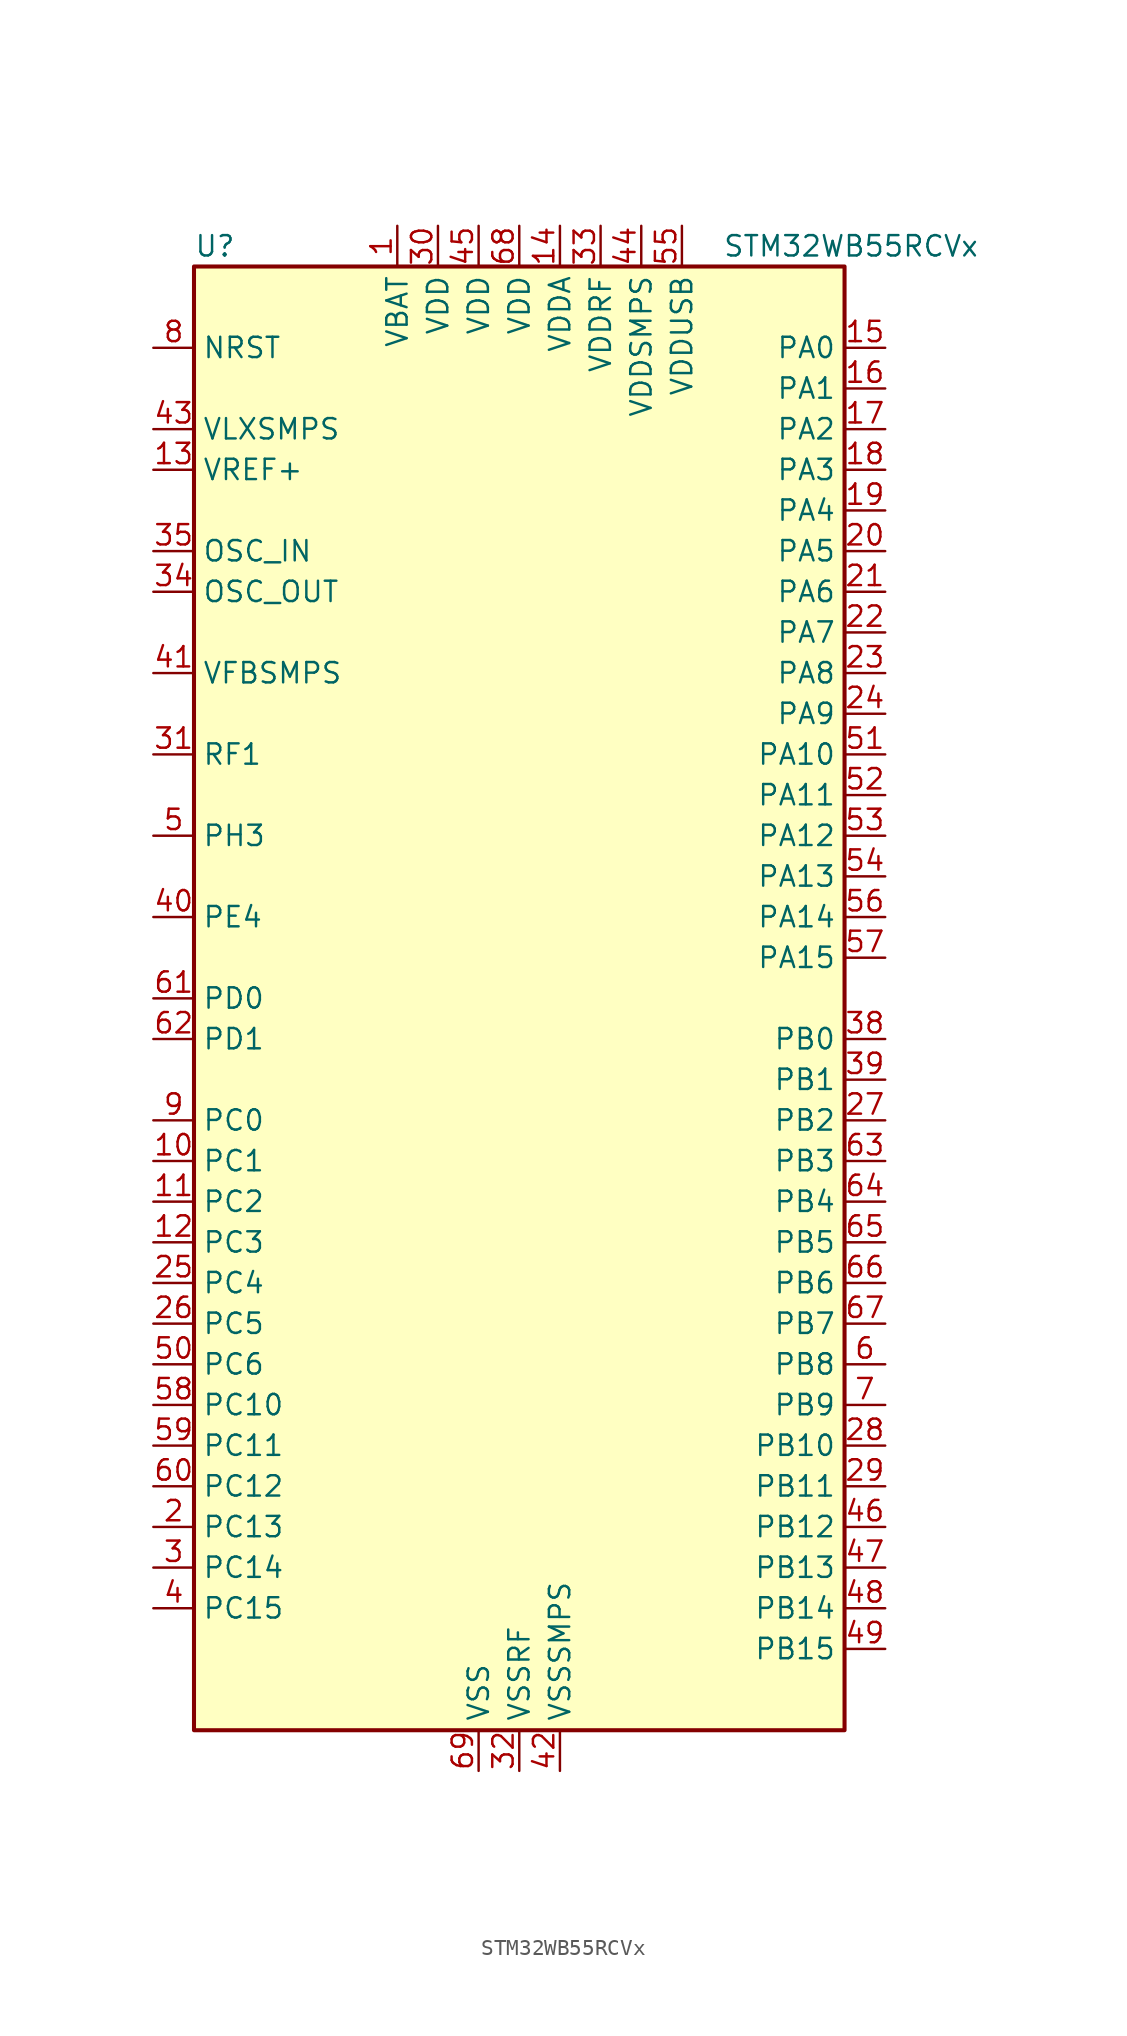
<source format=kicad_sym>
(kicad_symbol_lib
  (version 20241209)
  (generator "kicad_symbol_editor")
  (generator_version "9.0")
  (symbol "STM32WB55RCVx"
    (property "Reference" "U"
      (at -20.32 46.99 0)
      (effects (font (size 1.27 1.27)) (justify left)))
    (property "Value" "STM32WB55RCVx"
      (at 12.7 46.99 0)
      (effects (font (size 1.27 1.27)) (justify left)))
    (symbol "STM32WB55RCVx_0_1"
      (rectangle (start -20.32 -45.72) (end 20.32 45.72) (stroke (width 0.254) (type default)) (fill (type background))))
    (symbol "STM32WB55RCVx_1_1"
      (pin input line (at -22.86 40.64 0) (length 2.54) (name "NRST" (effects (font (size 1.27 1.27)))) (number "8" (effects (font (size 1.27 1.27)))))
      (pin power_in line (at -22.86 35.56 0) (length 2.54) (name "VLXSMPS" (effects (font (size 1.27 1.27)))) (number "43" (effects (font (size 1.27 1.27)))))
      (pin input line (at -22.86 33.02 0) (length 2.54) (name "VREF+" (effects (font (size 1.27 1.27)))) (number "13" (effects (font (size 1.27 1.27)))) (alternate "VREFBUF_OUT" bidirectional line))
      (pin input line (at -22.86 27.94 0) (length 2.54) (name "OSC_IN" (effects (font (size 1.27 1.27)))) (number "35" (effects (font (size 1.27 1.27)))) (alternate "RCC_OSC_IN" bidirectional line))
      (pin input line (at -22.86 25.4 0) (length 2.54) (name "OSC_OUT" (effects (font (size 1.27 1.27)))) (number "34" (effects (font (size 1.27 1.27)))) (alternate "RCC_OSC_OUT" bidirectional line))
      (pin input line (at -22.86 20.32 0) (length 2.54) (name "VFBSMPS" (effects (font (size 1.27 1.27)))) (number "41" (effects (font (size 1.27 1.27)))))
      (pin bidirectional line (at -22.86 15.24 0) (length 2.54) (name "RF1" (effects (font (size 1.27 1.27)))) (number "31" (effects (font (size 1.27 1.27)))) (alternate "RF_RF1" bidirectional line))
      (pin bidirectional line (at -22.86 10.16 0) (length 2.54) (name "PH3" (effects (font (size 1.27 1.27)))) (number "5" (effects (font (size 1.27 1.27)))) (alternate "RCC_LSCO" bidirectional line))
      (pin bidirectional line (at -22.86 5.08 0) (length 2.54) (name "PE4" (effects (font (size 1.27 1.27)))) (number "40" (effects (font (size 1.27 1.27)))))
      (pin bidirectional line (at -22.86 0 0) (length 2.54) (name "PD0" (effects (font (size 1.27 1.27)))) (number "61" (effects (font (size 1.27 1.27)))) (alternate "SPI2_NSS" bidirectional line))
      (pin bidirectional line (at -22.86 -2.54 0) (length 2.54) (name "PD1" (effects (font (size 1.27 1.27)))) (number "62" (effects (font (size 1.27 1.27)))) (alternate "SPI2_SCK" bidirectional line))
      (pin bidirectional line (at -22.86 -7.62 0) (length 2.54) (name "PC0" (effects (font (size 1.27 1.27)))) (number "9" (effects (font (size 1.27 1.27)))) (alternate "ADC1_IN1" bidirectional line) (alternate "I2C3_SCL" bidirectional line) (alternate "LCD_SEG18" bidirectional line) (alternate "LPTIM1_IN1" bidirectional line) (alternate "LPTIM2_IN1" bidirectional line) (alternate "LPUART1_RX" bidirectional line))
      (pin bidirectional line (at -22.86 -10.16 0) (length 2.54) (name "PC1" (effects (font (size 1.27 1.27)))) (number "10" (effects (font (size 1.27 1.27)))) (alternate "ADC1_IN2" bidirectional line) (alternate "I2C3_SDA" bidirectional line) (alternate "LCD_SEG19" bidirectional line) (alternate "LPTIM1_OUT" bidirectional line) (alternate "LPUART1_TX" bidirectional line) (alternate "SPI2_MOSI" bidirectional line))
      (pin bidirectional line (at -22.86 -12.7 0) (length 2.54) (name "PC2" (effects (font (size 1.27 1.27)))) (number "11" (effects (font (size 1.27 1.27)))) (alternate "ADC1_IN3" bidirectional line) (alternate "LCD_SEG20" bidirectional line) (alternate "LPTIM1_IN2" bidirectional line) (alternate "SPI2_MISO" bidirectional line))
      (pin bidirectional line (at -22.86 -15.24 0) (length 2.54) (name "PC3" (effects (font (size 1.27 1.27)))) (number "12" (effects (font (size 1.27 1.27)))) (alternate "ADC1_IN4" bidirectional line) (alternate "LCD_VLCD" bidirectional line) (alternate "LPTIM1_ETR" bidirectional line) (alternate "LPTIM2_ETR" bidirectional line) (alternate "SAI1_D1" bidirectional line) (alternate "SAI1_SD_A" bidirectional line) (alternate "SPI2_MOSI" bidirectional line))
      (pin bidirectional line (at -22.86 -17.78 0) (length 2.54) (name "PC4" (effects (font (size 1.27 1.27)))) (number "25" (effects (font (size 1.27 1.27)))) (alternate "ADC1_IN13" bidirectional line) (alternate "COMP1_INM" bidirectional line) (alternate "LCD_SEG22" bidirectional line))
      (pin bidirectional line (at -22.86 -20.32 0) (length 2.54) (name "PC5" (effects (font (size 1.27 1.27)))) (number "26" (effects (font (size 1.27 1.27)))) (alternate "ADC1_IN14" bidirectional line) (alternate "COMP1_INP" bidirectional line) (alternate "LCD_SEG23" bidirectional line) (alternate "SAI1_D3" bidirectional line) (alternate "SYS_WKUP5" bidirectional line))
      (pin bidirectional line (at -22.86 -22.86 0) (length 2.54) (name "PC6" (effects (font (size 1.27 1.27)))) (number "50" (effects (font (size 1.27 1.27)))) (alternate "LCD_SEG24" bidirectional line))
      (pin bidirectional line (at -22.86 -25.4 0) (length 2.54) (name "PC10" (effects (font (size 1.27 1.27)))) (number "58" (effects (font (size 1.27 1.27)))) (alternate "LCD_COM4" bidirectional line) (alternate "LCD_SEG28" bidirectional line) (alternate "LCD_SEG40" bidirectional line) (alternate "SYS_TRACED1" bidirectional line) (alternate "TSC_G3_IO2" bidirectional line))
      (pin bidirectional line (at -22.86 -27.94 0) (length 2.54) (name "PC11" (effects (font (size 1.27 1.27)))) (number "59" (effects (font (size 1.27 1.27)))) (alternate "ADC1_EXTI11" bidirectional line) (alternate "LCD_COM5" bidirectional line) (alternate "LCD_SEG29" bidirectional line) (alternate "LCD_SEG41" bidirectional line) (alternate "TSC_G3_IO3" bidirectional line))
      (pin bidirectional line (at -22.86 -30.48 0) (length 2.54) (name "PC12" (effects (font (size 1.27 1.27)))) (number "60" (effects (font (size 1.27 1.27)))) (alternate "LCD_COM6" bidirectional line) (alternate "LCD_SEG30" bidirectional line) (alternate "LCD_SEG42" bidirectional line) (alternate "RCC_LSCO" bidirectional line) (alternate "RTC_TAMP3" bidirectional line) (alternate "SYS_TRACED3" bidirectional line) (alternate "SYS_WKUP3" bidirectional line) (alternate "TSC_G3_IO4" bidirectional line))
      (pin bidirectional line (at -22.86 -33.02 0) (length 2.54) (name "PC13" (effects (font (size 1.27 1.27)))) (number "2" (effects (font (size 1.27 1.27)))) (alternate "RTC_OUT1" bidirectional line) (alternate "RTC_TAMP1" bidirectional line) (alternate "RTC_TS" bidirectional line) (alternate "SYS_WKUP2" bidirectional line))
      (pin bidirectional line (at -22.86 -35.56 0) (length 2.54) (name "PC14" (effects (font (size 1.27 1.27)))) (number "3" (effects (font (size 1.27 1.27)))) (alternate "RCC_OSC32_IN" bidirectional line))
      (pin bidirectional line (at -22.86 -38.1 0) (length 2.54) (name "PC15" (effects (font (size 1.27 1.27)))) (number "4" (effects (font (size 1.27 1.27)))) (alternate "ADC1_EXTI15" bidirectional line) (alternate "RCC_OSC32_OUT" bidirectional line))
      (pin no_connect line (at -20.32 -43.18 0) (length 2.54) (hide yes) (name "AT1" (effects (font (size 1.27 1.27)))) (number "37" (effects (font (size 1.27 1.27)))))
      (pin no_connect line (at -20.32 -45.72 0) (length 2.54) (hide yes) (name "AT0" (effects (font (size 1.27 1.27)))) (number "36" (effects (font (size 1.27 1.27)))))
      (pin power_in line (at -7.62 48.26 270) (length 2.54) (name "VBAT" (effects (font (size 1.27 1.27)))) (number "1" (effects (font (size 1.27 1.27)))))
      (pin power_in line (at -5.08 48.26 270) (length 2.54) (name "VDD" (effects (font (size 1.27 1.27)))) (number "30" (effects (font (size 1.27 1.27)))))
      (pin power_in line (at -2.54 48.26 270) (length 2.54) (name "VDD" (effects (font (size 1.27 1.27)))) (number "45" (effects (font (size 1.27 1.27)))))
      (pin power_in line (at -2.54 -48.26 90) (length 2.54) (name "VSS" (effects (font (size 1.27 1.27)))) (number "69" (effects (font (size 1.27 1.27)))))
      (pin power_in line (at 0 48.26 270) (length 2.54) (name "VDD" (effects (font (size 1.27 1.27)))) (number "68" (effects (font (size 1.27 1.27)))))
      (pin power_in line (at 0 -48.26 90) (length 2.54) (name "VSSRF" (effects (font (size 1.27 1.27)))) (number "32" (effects (font (size 1.27 1.27)))))
      (pin power_in line (at 2.54 48.26 270) (length 2.54) (name "VDDA" (effects (font (size 1.27 1.27)))) (number "14" (effects (font (size 1.27 1.27)))))
      (pin power_in line (at 2.54 -48.26 90) (length 2.54) (name "VSSSMPS" (effects (font (size 1.27 1.27)))) (number "42" (effects (font (size 1.27 1.27)))))
      (pin power_in line (at 5.08 48.26 270) (length 2.54) (name "VDDRF" (effects (font (size 1.27 1.27)))) (number "33" (effects (font (size 1.27 1.27)))))
      (pin power_in line (at 7.62 48.26 270) (length 2.54) (name "VDDSMPS" (effects (font (size 1.27 1.27)))) (number "44" (effects (font (size 1.27 1.27)))))
      (pin power_in line (at 10.16 48.26 270) (length 2.54) (name "VDDUSB" (effects (font (size 1.27 1.27)))) (number "55" (effects (font (size 1.27 1.27)))))
      (pin bidirectional line (at 22.86 40.64 180) (length 2.54) (name "PA0" (effects (font (size 1.27 1.27)))) (number "15" (effects (font (size 1.27 1.27)))) (alternate "ADC1_IN5" bidirectional line) (alternate "COMP1_INM" bidirectional line) (alternate "COMP1_OUT" bidirectional line) (alternate "RTC_TAMP2" bidirectional line) (alternate "SAI1_EXTCLK" bidirectional line) (alternate "SYS_WKUP1" bidirectional line) (alternate "TIM2_CH1" bidirectional line) (alternate "TIM2_ETR" bidirectional line))
      (pin bidirectional line (at 22.86 38.1 180) (length 2.54) (name "PA1" (effects (font (size 1.27 1.27)))) (number "16" (effects (font (size 1.27 1.27)))) (alternate "ADC1_IN6" bidirectional line) (alternate "COMP1_INP" bidirectional line) (alternate "I2C1_SMBA" bidirectional line) (alternate "LCD_SEG0" bidirectional line) (alternate "SPI1_SCK" bidirectional line) (alternate "TIM2_CH2" bidirectional line))
      (pin bidirectional line (at 22.86 35.56 180) (length 2.54) (name "PA2" (effects (font (size 1.27 1.27)))) (number "17" (effects (font (size 1.27 1.27)))) (alternate "ADC1_IN7" bidirectional line) (alternate "COMP2_INM" bidirectional line) (alternate "COMP2_OUT" bidirectional line) (alternate "LCD_SEG1" bidirectional line) (alternate "LPUART1_TX" bidirectional line) (alternate "QUADSPI_BK1_NCS" bidirectional line) (alternate "RCC_LSCO" bidirectional line) (alternate "SYS_WKUP4" bidirectional line) (alternate "TIM2_CH3" bidirectional line))
      (pin bidirectional line (at 22.86 33.02 180) (length 2.54) (name "PA3" (effects (font (size 1.27 1.27)))) (number "18" (effects (font (size 1.27 1.27)))) (alternate "ADC1_IN8" bidirectional line) (alternate "COMP2_INP" bidirectional line) (alternate "LCD_SEG2" bidirectional line) (alternate "LPUART1_RX" bidirectional line) (alternate "QUADSPI_CLK" bidirectional line) (alternate "SAI1_CK1" bidirectional line) (alternate "SAI1_MCLK_A" bidirectional line) (alternate "TIM2_CH4" bidirectional line))
      (pin bidirectional line (at 22.86 30.48 180) (length 2.54) (name "PA4" (effects (font (size 1.27 1.27)))) (number "19" (effects (font (size 1.27 1.27)))) (alternate "ADC1_IN9" bidirectional line) (alternate "COMP1_INM" bidirectional line) (alternate "COMP2_INM" bidirectional line) (alternate "LCD_SEG5" bidirectional line) (alternate "LPTIM2_OUT" bidirectional line) (alternate "SAI1_FS_B" bidirectional line) (alternate "SPI1_NSS" bidirectional line))
      (pin bidirectional line (at 22.86 27.94 180) (length 2.54) (name "PA5" (effects (font (size 1.27 1.27)))) (number "20" (effects (font (size 1.27 1.27)))) (alternate "ADC1_IN10" bidirectional line) (alternate "COMP1_INM" bidirectional line) (alternate "COMP2_INM" bidirectional line) (alternate "LPTIM2_ETR" bidirectional line) (alternate "SAI1_SD_B" bidirectional line) (alternate "SPI1_SCK" bidirectional line) (alternate "TIM2_CH1" bidirectional line) (alternate "TIM2_ETR" bidirectional line))
      (pin bidirectional line (at 22.86 25.4 180) (length 2.54) (name "PA6" (effects (font (size 1.27 1.27)))) (number "21" (effects (font (size 1.27 1.27)))) (alternate "ADC1_IN11" bidirectional line) (alternate "LCD_SEG3" bidirectional line) (alternate "LPUART1_CTS" bidirectional line) (alternate "QUADSPI_BK1_IO3" bidirectional line) (alternate "SPI1_MISO" bidirectional line) (alternate "TIM16_CH1" bidirectional line) (alternate "TIM1_BKIN" bidirectional line))
      (pin bidirectional line (at 22.86 22.86 180) (length 2.54) (name "PA7" (effects (font (size 1.27 1.27)))) (number "22" (effects (font (size 1.27 1.27)))) (alternate "ADC1_IN12" bidirectional line) (alternate "COMP2_OUT" bidirectional line) (alternate "I2C3_SCL" bidirectional line) (alternate "LCD_SEG4" bidirectional line) (alternate "QUADSPI_BK1_IO2" bidirectional line) (alternate "SPI1_MOSI" bidirectional line) (alternate "TIM17_CH1" bidirectional line) (alternate "TIM1_CH1N" bidirectional line))
      (pin bidirectional line (at 22.86 20.32 180) (length 2.54) (name "PA8" (effects (font (size 1.27 1.27)))) (number "23" (effects (font (size 1.27 1.27)))) (alternate "ADC1_IN15" bidirectional line) (alternate "LCD_COM0" bidirectional line) (alternate "LPTIM2_OUT" bidirectional line) (alternate "RCC_MCO" bidirectional line) (alternate "SAI1_CK2" bidirectional line) (alternate "SAI1_SCK_A" bidirectional line) (alternate "TIM1_CH1" bidirectional line) (alternate "USART1_CK" bidirectional line))
      (pin bidirectional line (at 22.86 17.78 180) (length 2.54) (name "PA9" (effects (font (size 1.27 1.27)))) (number "24" (effects (font (size 1.27 1.27)))) (alternate "ADC1_IN16" bidirectional line) (alternate "COMP1_INM" bidirectional line) (alternate "I2C1_SCL" bidirectional line) (alternate "LCD_COM1" bidirectional line) (alternate "SAI1_D2" bidirectional line) (alternate "SAI1_FS_A" bidirectional line) (alternate "SPI2_SCK" bidirectional line) (alternate "TIM1_CH2" bidirectional line) (alternate "USART1_TX" bidirectional line))
      (pin bidirectional line (at 22.86 15.24 180) (length 2.54) (name "PA10" (effects (font (size 1.27 1.27)))) (number "51" (effects (font (size 1.27 1.27)))) (alternate "CRS_SYNC" bidirectional line) (alternate "I2C1_SDA" bidirectional line) (alternate "LCD_COM2" bidirectional line) (alternate "SAI1_D1" bidirectional line) (alternate "SAI1_SD_A" bidirectional line) (alternate "TIM17_BKIN" bidirectional line) (alternate "TIM1_CH3" bidirectional line) (alternate "USART1_RX" bidirectional line))
      (pin bidirectional line (at 22.86 12.7 180) (length 2.54) (name "PA11" (effects (font (size 1.27 1.27)))) (number "52" (effects (font (size 1.27 1.27)))) (alternate "ADC1_EXTI11" bidirectional line) (alternate "SPI1_MISO" bidirectional line) (alternate "TIM1_BKIN2" bidirectional line) (alternate "TIM1_CH4" bidirectional line) (alternate "USART1_CTS" bidirectional line) (alternate "USART1_NSS" bidirectional line) (alternate "USB_DM" bidirectional line))
      (pin bidirectional line (at 22.86 10.16 180) (length 2.54) (name "PA12" (effects (font (size 1.27 1.27)))) (number "53" (effects (font (size 1.27 1.27)))) (alternate "LPUART1_RX" bidirectional line) (alternate "SPI1_MOSI" bidirectional line) (alternate "TIM1_ETR" bidirectional line) (alternate "USART1_DE" bidirectional line) (alternate "USART1_RTS" bidirectional line) (alternate "USB_DP" bidirectional line))
      (pin bidirectional line (at 22.86 7.62 180) (length 2.54) (name "PA13" (effects (font (size 1.27 1.27)))) (number "54" (effects (font (size 1.27 1.27)))) (alternate "IR_OUT" bidirectional line) (alternate "SAI1_SD_B" bidirectional line) (alternate "SYS_JTMS-SWDIO" bidirectional line) (alternate "USB_NOE" bidirectional line))
      (pin bidirectional line (at 22.86 5.08 180) (length 2.54) (name "PA14" (effects (font (size 1.27 1.27)))) (number "56" (effects (font (size 1.27 1.27)))) (alternate "I2C1_SMBA" bidirectional line) (alternate "LCD_SEG5" bidirectional line) (alternate "LPTIM1_OUT" bidirectional line) (alternate "SAI1_FS_B" bidirectional line) (alternate "SYS_JTCK-SWCLK" bidirectional line))
      (pin bidirectional line (at 22.86 2.54 180) (length 2.54) (name "PA15" (effects (font (size 1.27 1.27)))) (number "57" (effects (font (size 1.27 1.27)))) (alternate "ADC1_EXTI15" bidirectional line) (alternate "LCD_SEG17" bidirectional line) (alternate "RCC_MCO" bidirectional line) (alternate "SPI1_NSS" bidirectional line) (alternate "SYS_JTDI" bidirectional line) (alternate "TIM2_CH1" bidirectional line) (alternate "TIM2_ETR" bidirectional line) (alternate "TSC_G3_IO1" bidirectional line))
      (pin bidirectional line (at 22.86 -2.54 180) (length 2.54) (name "PB0" (effects (font (size 1.27 1.27)))) (number "38" (effects (font (size 1.27 1.27)))) (alternate "COMP1_OUT" bidirectional line) (alternate "RF_TX_MOD_EXT_PA" bidirectional line))
      (pin bidirectional line (at 22.86 -5.08 180) (length 2.54) (name "PB1" (effects (font (size 1.27 1.27)))) (number "39" (effects (font (size 1.27 1.27)))) (alternate "LPTIM2_IN1" bidirectional line) (alternate "LPUART1_DE" bidirectional line) (alternate "LPUART1_RTS" bidirectional line))
      (pin bidirectional line (at 22.86 -7.62 180) (length 2.54) (name "PB2" (effects (font (size 1.27 1.27)))) (number "27" (effects (font (size 1.27 1.27)))) (alternate "COMP1_INP" bidirectional line) (alternate "I2C3_SMBA" bidirectional line) (alternate "LCD_VLCD" bidirectional line) (alternate "LPTIM1_OUT" bidirectional line) (alternate "RTC_OUT2" bidirectional line) (alternate "SAI1_EXTCLK" bidirectional line) (alternate "SPI1_NSS" bidirectional line))
      (pin bidirectional line (at 22.86 -10.16 180) (length 2.54) (name "PB3" (effects (font (size 1.27 1.27)))) (number "63" (effects (font (size 1.27 1.27)))) (alternate "COMP2_INM" bidirectional line) (alternate "LCD_SEG7" bidirectional line) (alternate "SAI1_SCK_B" bidirectional line) (alternate "SPI1_SCK" bidirectional line) (alternate "SYS_JTDO-SWO" bidirectional line) (alternate "TIM2_CH2" bidirectional line) (alternate "USART1_DE" bidirectional line) (alternate "USART1_RTS" bidirectional line))
      (pin bidirectional line (at 22.86 -12.7 180) (length 2.54) (name "PB4" (effects (font (size 1.27 1.27)))) (number "64" (effects (font (size 1.27 1.27)))) (alternate "COMP2_INP" bidirectional line) (alternate "I2C3_SDA" bidirectional line) (alternate "LCD_SEG8" bidirectional line) (alternate "SAI1_MCLK_B" bidirectional line) (alternate "SPI1_MISO" bidirectional line) (alternate "SYS_JTRST" bidirectional line) (alternate "TIM17_BKIN" bidirectional line) (alternate "TSC_G2_IO1" bidirectional line) (alternate "USART1_CTS" bidirectional line) (alternate "USART1_NSS" bidirectional line))
      (pin bidirectional line (at 22.86 -15.24 180) (length 2.54) (name "PB5" (effects (font (size 1.27 1.27)))) (number "65" (effects (font (size 1.27 1.27)))) (alternate "COMP2_OUT" bidirectional line) (alternate "I2C1_SMBA" bidirectional line) (alternate "LCD_SEG9" bidirectional line) (alternate "LPTIM1_IN1" bidirectional line) (alternate "LPUART1_TX" bidirectional line) (alternate "SAI1_SD_B" bidirectional line) (alternate "SPI1_MOSI" bidirectional line) (alternate "TIM16_BKIN" bidirectional line) (alternate "TSC_G2_IO2" bidirectional line) (alternate "USART1_CK" bidirectional line))
      (pin bidirectional line (at 22.86 -17.78 180) (length 2.54) (name "PB6" (effects (font (size 1.27 1.27)))) (number "66" (effects (font (size 1.27 1.27)))) (alternate "COMP2_INP" bidirectional line) (alternate "I2C1_SCL" bidirectional line) (alternate "LCD_SEG6" bidirectional line) (alternate "LPTIM1_ETR" bidirectional line) (alternate "RCC_MCO" bidirectional line) (alternate "SAI1_FS_B" bidirectional line) (alternate "TIM16_CH1N" bidirectional line) (alternate "TSC_G2_IO3" bidirectional line) (alternate "USART1_TX" bidirectional line))
      (pin bidirectional line (at 22.86 -20.32 180) (length 2.54) (name "PB7" (effects (font (size 1.27 1.27)))) (number "67" (effects (font (size 1.27 1.27)))) (alternate "COMP2_INM" bidirectional line) (alternate "I2C1_SDA" bidirectional line) (alternate "LCD_SEG21" bidirectional line) (alternate "LPTIM1_IN2" bidirectional line) (alternate "SYS_PVD_IN" bidirectional line) (alternate "TIM17_CH1N" bidirectional line) (alternate "TIM1_BKIN" bidirectional line) (alternate "TSC_G2_IO4" bidirectional line) (alternate "USART1_RX" bidirectional line))
      (pin bidirectional line (at 22.86 -22.86 180) (length 2.54) (name "PB8" (effects (font (size 1.27 1.27)))) (number "6" (effects (font (size 1.27 1.27)))) (alternate "I2C1_SCL" bidirectional line) (alternate "LCD_SEG16" bidirectional line) (alternate "QUADSPI_BK1_IO1" bidirectional line) (alternate "SAI1_CK1" bidirectional line) (alternate "SAI1_MCLK_A" bidirectional line) (alternate "TIM16_CH1" bidirectional line) (alternate "TIM1_CH2N" bidirectional line))
      (pin bidirectional line (at 22.86 -25.4 180) (length 2.54) (name "PB9" (effects (font (size 1.27 1.27)))) (number "7" (effects (font (size 1.27 1.27)))) (alternate "I2C1_SDA" bidirectional line) (alternate "IR_OUT" bidirectional line) (alternate "LCD_COM3" bidirectional line) (alternate "QUADSPI_BK1_IO0" bidirectional line) (alternate "SAI1_D2" bidirectional line) (alternate "SAI1_FS_A" bidirectional line) (alternate "SPI2_NSS" bidirectional line) (alternate "TIM17_CH1" bidirectional line) (alternate "TIM1_CH3N" bidirectional line))
      (pin bidirectional line (at 22.86 -27.94 180) (length 2.54) (name "PB10" (effects (font (size 1.27 1.27)))) (number "28" (effects (font (size 1.27 1.27)))) (alternate "COMP1_OUT" bidirectional line) (alternate "I2C3_SCL" bidirectional line) (alternate "LCD_SEG10" bidirectional line) (alternate "LPUART1_RX" bidirectional line) (alternate "QUADSPI_CLK" bidirectional line) (alternate "SAI1_SCK_A" bidirectional line) (alternate "SPI2_SCK" bidirectional line) (alternate "TIM2_CH3" bidirectional line) (alternate "TSC_SYNC" bidirectional line))
      (pin bidirectional line (at 22.86 -30.48 180) (length 2.54) (name "PB11" (effects (font (size 1.27 1.27)))) (number "29" (effects (font (size 1.27 1.27)))) (alternate "ADC1_EXTI11" bidirectional line) (alternate "COMP2_OUT" bidirectional line) (alternate "I2C3_SDA" bidirectional line) (alternate "LCD_SEG11" bidirectional line) (alternate "LPUART1_TX" bidirectional line) (alternate "QUADSPI_BK1_NCS" bidirectional line) (alternate "TIM2_CH4" bidirectional line))
      (pin bidirectional line (at 22.86 -33.02 180) (length 2.54) (name "PB12" (effects (font (size 1.27 1.27)))) (number "46" (effects (font (size 1.27 1.27)))) (alternate "I2C3_SMBA" bidirectional line) (alternate "LCD_SEG12" bidirectional line) (alternate "LPUART1_DE" bidirectional line) (alternate "LPUART1_RTS" bidirectional line) (alternate "SAI1_FS_A" bidirectional line) (alternate "SPI2_NSS" bidirectional line) (alternate "TIM1_BKIN" bidirectional line) (alternate "TSC_G1_IO1" bidirectional line))
      (pin bidirectional line (at 22.86 -35.56 180) (length 2.54) (name "PB13" (effects (font (size 1.27 1.27)))) (number "47" (effects (font (size 1.27 1.27)))) (alternate "I2C3_SCL" bidirectional line) (alternate "LCD_SEG13" bidirectional line) (alternate "LPUART1_CTS" bidirectional line) (alternate "SAI1_SCK_A" bidirectional line) (alternate "SPI2_SCK" bidirectional line) (alternate "TIM1_CH1N" bidirectional line) (alternate "TSC_G1_IO2" bidirectional line))
      (pin bidirectional line (at 22.86 -38.1 180) (length 2.54) (name "PB14" (effects (font (size 1.27 1.27)))) (number "48" (effects (font (size 1.27 1.27)))) (alternate "I2C3_SDA" bidirectional line) (alternate "LCD_SEG14" bidirectional line) (alternate "SAI1_MCLK_A" bidirectional line) (alternate "SPI2_MISO" bidirectional line) (alternate "TIM1_CH2N" bidirectional line) (alternate "TSC_G1_IO3" bidirectional line))
      (pin bidirectional line (at 22.86 -40.64 180) (length 2.54) (name "PB15" (effects (font (size 1.27 1.27)))) (number "49" (effects (font (size 1.27 1.27)))) (alternate "ADC1_EXTI15" bidirectional line) (alternate "LCD_SEG15" bidirectional line) (alternate "RTC_REFIN" bidirectional line) (alternate "SAI1_SD_A" bidirectional line) (alternate "SPI2_MOSI" bidirectional line) (alternate "TIM1_CH3N" bidirectional line) (alternate "TSC_G1_IO4" bidirectional line)))))
</source>
